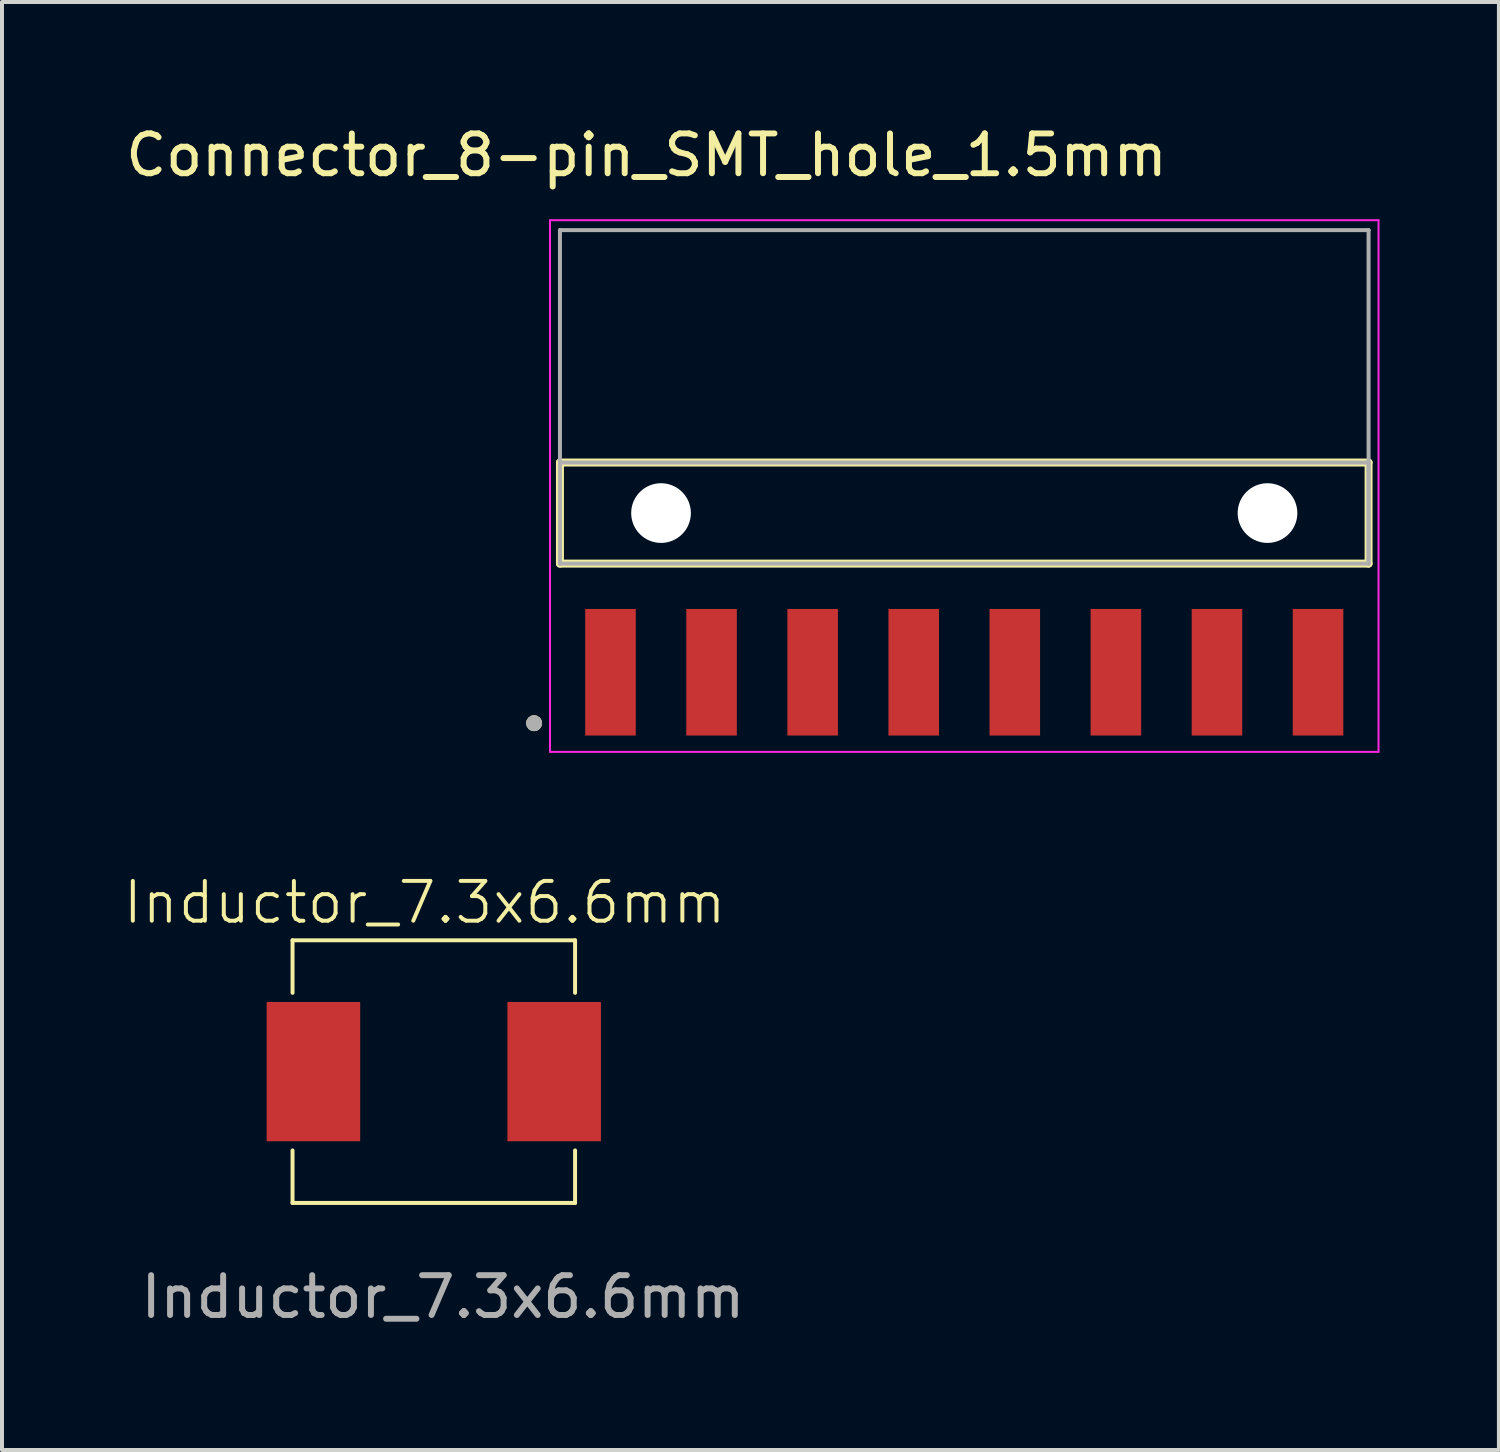
<source format=kicad_pcb>
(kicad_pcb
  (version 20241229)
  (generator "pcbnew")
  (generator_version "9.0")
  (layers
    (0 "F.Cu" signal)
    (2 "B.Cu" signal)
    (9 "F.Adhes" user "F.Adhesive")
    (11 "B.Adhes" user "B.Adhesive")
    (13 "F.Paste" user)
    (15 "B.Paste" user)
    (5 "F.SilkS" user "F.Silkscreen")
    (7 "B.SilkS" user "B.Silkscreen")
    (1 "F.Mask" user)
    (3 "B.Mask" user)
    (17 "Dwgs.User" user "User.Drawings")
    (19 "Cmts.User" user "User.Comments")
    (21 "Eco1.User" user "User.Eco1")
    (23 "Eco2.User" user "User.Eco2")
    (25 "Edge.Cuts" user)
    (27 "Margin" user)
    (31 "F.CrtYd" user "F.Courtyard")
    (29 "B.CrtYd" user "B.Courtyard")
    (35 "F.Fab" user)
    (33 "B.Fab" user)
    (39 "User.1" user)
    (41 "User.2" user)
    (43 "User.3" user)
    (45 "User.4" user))
  (footprint "Connector_8-pin_SMT_hole_1.5mm"
    (layer "F.Cu")
    (at 21.181 9.843)
    (property "Reference" "Connector_8-pin_SMT_hole_1.5mm" (at -7.985 -8.995 0) (layer "F.SilkS") (effects (font (size 1 1) (thickness 0.15))))
    (attr smd)
    (fp_line (start -10.16 1.27) (end -10.16 -1.27) (stroke (width 0.2) (type solid)) (layer "F.SilkS"))
    (fp_line (start 10.16 -1.27) (end -10.16 -1.27) (stroke (width 0.2) (type solid)) (layer "F.SilkS"))
    (fp_line (start 10.16 -1.27) (end 10.16 1.27) (stroke (width 0.2) (type solid)) (layer "F.SilkS"))
    (fp_line (start 10.16 1.27) (end -10.16 1.27) (stroke (width 0.2) (type solid)) (layer "F.SilkS"))
    (fp_circle (center -10.81 5.28) (end -10.71 5.28) (stroke (width 0.2) (type solid)) (fill no) (layer "F.SilkS"))
    (fp_line (start -10.41 -7.36) (end 10.41 -7.36) (stroke (width 0.05) (type solid)) (layer "F.CrtYd"))
    (fp_line (start -10.41 6) (end -10.41 -7.36) (stroke (width 0.05) (type solid)) (layer "F.CrtYd"))
    (fp_line (start 10.41 -7.36) (end 10.41 6) (stroke (width 0.05) (type solid)) (layer "F.CrtYd"))
    (fp_line (start 10.41 6) (end -10.41 6) (stroke (width 0.05) (type solid)) (layer "F.CrtYd"))
    (fp_line (start -10.16 -7.11) (end 10.16 -7.11) (stroke (width 0.1) (type solid)) (layer "F.Fab"))
    (fp_line (start -10.16 -1.27) (end 10.16 -1.27) (stroke (width 0.1) (type solid)) (layer "F.Fab"))
    (fp_line (start -10.16 1.27) (end -10.16 -7.11) (stroke (width 0.1) (type solid)) (layer "F.Fab"))
    (fp_line (start -10.16 1.27) (end -10.16 -1.27) (stroke (width 0.1) (type solid)) (layer "F.Fab"))
    (fp_line (start 10.16 -7.11) (end 10.16 1.27) (stroke (width 0.1) (type solid)) (layer "F.Fab"))
    (fp_line (start 10.16 -1.27) (end 10.16 1.27) (stroke (width 0.1) (type solid)) (layer "F.Fab"))
    (fp_line (start 10.16 1.27) (end -10.16 1.27) (stroke (width 0.1) (type solid)) (layer "F.Fab"))
    (fp_circle (center -10.81 5.28) (end -10.71 5.28) (stroke (width 0.2) (type solid)) (fill no) (layer "F.Fab"))
    (pad "" np_thru_hole circle (at -7.62 0) (size 1.5 1.5) (drill 1.5) (layers "*.Cu" "*.Mask"))
    (pad "" np_thru_hole circle (at 7.62 0) (size 1.5 1.5) (drill 1.5) (layers "*.Cu" "*.Mask"))
    (pad "1" smd rect (at -8.89 4) (size 1.27 3.18) (layers "F.Cu" "F.Mask" "F.Paste"))
    (pad "2" smd rect (at -6.35 4) (size 1.27 3.18) (layers "F.Cu" "F.Mask" "F.Paste"))
    (pad "3" smd rect (at -3.81 4) (size 1.27 3.18) (layers "F.Cu" "F.Mask" "F.Paste"))
    (pad "4" smd rect (at -1.27 4) (size 1.27 3.18) (layers "F.Cu" "F.Mask" "F.Paste"))
    (pad "5" smd rect (at 1.27 4) (size 1.27 3.18) (layers "F.Cu" "F.Mask" "F.Paste"))
    (pad "6" smd rect (at 3.81 4) (size 1.27 3.18) (layers "F.Cu" "F.Mask" "F.Paste"))
    (pad "7" smd rect (at 6.35 4) (size 1.27 3.18) (layers "F.Cu" "F.Mask" "F.Paste"))
    (pad "8" smd rect (at 8.89 4) (size 1.27 3.18) (layers "F.Cu" "F.Mask" "F.Paste")))
  (footprint "Inductor_7.3x6.6mm"
    (layer "F.Cu")
    (at 7.851 23.879)
    (property "Reference" "Inductor_7.3x6.6mm" (at -0.23 -4.25 0) (unlocked yes) (layer "F.SilkS") (effects (font (size 1 1) (thickness 0.1))))
    (attr smd)
    (fp_line (start -3.55 -3.3) (end -3.55 -1.98) (stroke (width 0.1) (type default)) (layer "F.SilkS"))
    (fp_line (start -3.55 -3.3) (end 3.55 -3.3) (stroke (width 0.1) (type solid)) (layer "F.SilkS"))
    (fp_line (start -3.55 1.98) (end -3.55 3.3) (stroke (width 0.1) (type default)) (layer "F.SilkS"))
    (fp_line (start -3.55 3.3) (end 3.55 3.3) (stroke (width 0.1) (type solid)) (layer "F.SilkS"))
    (fp_line (start 3.55 -3.3) (end 3.55 -1.98) (stroke (width 0.1) (type default)) (layer "F.SilkS"))
    (fp_line (start 3.55 1.98) (end 3.55 3.3) (stroke (width 0.1) (type default)) (layer "F.SilkS"))
    (fp_text user "${REFERENCE}" (at 0.23 5.66 0) (unlocked yes) (layer "F.Fab") (effects (font (size 1 1) (thickness 0.15))))
    (pad "1" smd rect (at 3.025 0) (size 2.35 3.5) (layers "F.Cu" "F.Mask" "F.Paste"))
    (pad "2" smd rect (at -3.025 0) (size 2.35 3.5) (layers "F.Cu" "F.Mask" "F.Paste")))
  (gr_rect
    (start -3 -3)
    (end 34.616 33.387)
    (stroke (width 0.1) (type default))
    (fill no)
    (layer "Edge.Cuts")))
</source>
